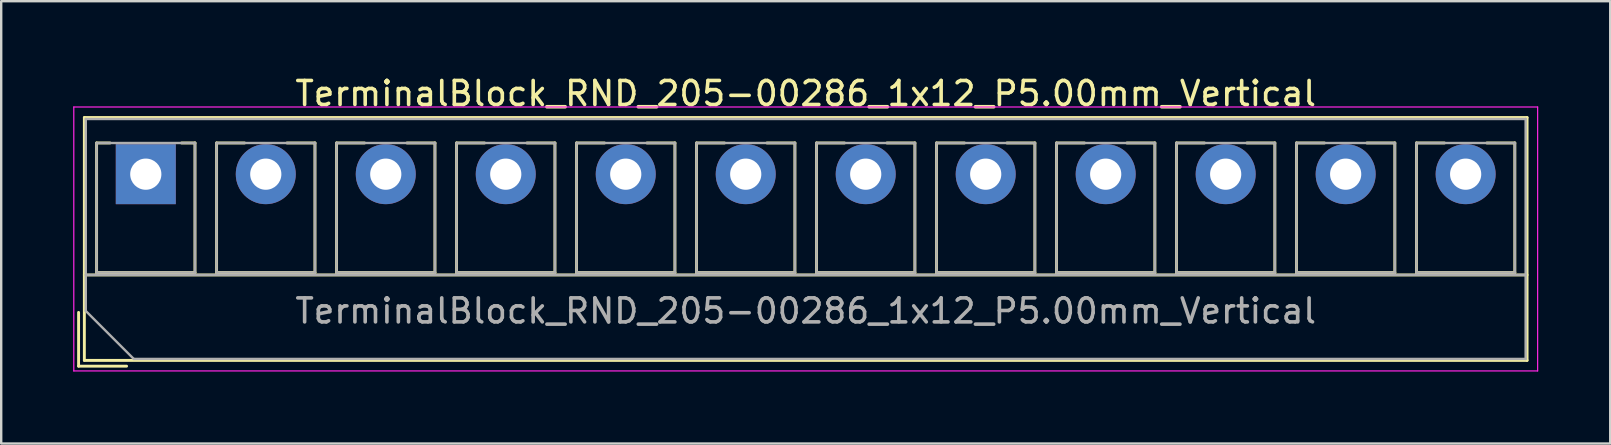
<source format=kicad_pcb>
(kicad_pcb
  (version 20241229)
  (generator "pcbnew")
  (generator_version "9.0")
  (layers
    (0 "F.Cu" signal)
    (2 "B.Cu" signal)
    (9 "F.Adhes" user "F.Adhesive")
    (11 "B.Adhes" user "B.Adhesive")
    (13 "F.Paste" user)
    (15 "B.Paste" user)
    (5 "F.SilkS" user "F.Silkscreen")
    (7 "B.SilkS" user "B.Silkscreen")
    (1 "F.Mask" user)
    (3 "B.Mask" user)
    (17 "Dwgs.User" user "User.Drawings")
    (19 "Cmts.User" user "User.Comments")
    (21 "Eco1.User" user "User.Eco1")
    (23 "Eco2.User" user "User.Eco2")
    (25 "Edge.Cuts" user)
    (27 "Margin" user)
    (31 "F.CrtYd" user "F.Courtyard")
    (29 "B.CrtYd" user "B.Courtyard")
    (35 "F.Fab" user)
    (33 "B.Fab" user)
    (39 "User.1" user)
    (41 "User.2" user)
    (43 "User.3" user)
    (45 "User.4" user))
  (footprint "TerminalBlock_RND_205-00286_1x12_P5.00mm_Vertical"
    (layer "F.Cu")
    (at 3.025 4.208)
    (property "Reference" "TerminalBlock_RND_205-00286_1x12_P5.00mm_Vertical" (at 27.5 -3.36 0) (layer "F.SilkS") (effects (font (size 1 1) (thickness 0.15))))
    (attr through_hole)
    (fp_line (start -2.8 5.76) (end -2.8 8) (stroke (width 0.12) (type solid)) (layer "F.SilkS"))
    (fp_line (start -2.8 8) (end -0.8 8) (stroke (width 0.12) (type solid)) (layer "F.SilkS"))
    (fp_line (start -2.56 -2.36) (end -2.56 7.76) (stroke (width 0.12) (type solid)) (layer "F.SilkS"))
    (fp_line (start -2.56 -2.36) (end 57.56 -2.36) (stroke (width 0.12) (type solid)) (layer "F.SilkS"))
    (fp_line (start -2.56 4.2) (end 57.56 4.2) (stroke (width 0.12) (type solid)) (layer "F.SilkS"))
    (fp_line (start -2.56 7.76) (end 57.56 7.76) (stroke (width 0.12) (type solid)) (layer "F.SilkS"))
    (fp_line (start -2.05 -1.3) (end -2.05 4.1) (stroke (width 0.12) (type solid)) (layer "F.SilkS"))
    (fp_line (start -2.05 -1.3) (end -1.49 -1.3) (stroke (width 0.12) (type solid)) (layer "F.SilkS"))
    (fp_line (start -2.05 4.1) (end 2.05 4.1) (stroke (width 0.12) (type solid)) (layer "F.SilkS"))
    (fp_line (start 1.49 -1.3) (end 2.05 -1.3) (stroke (width 0.12) (type solid)) (layer "F.SilkS"))
    (fp_line (start 2.05 -1.3) (end 2.05 4.1) (stroke (width 0.12) (type solid)) (layer "F.SilkS"))
    (fp_line (start 2.95 -1.3) (end 2.95 4.1) (stroke (width 0.12) (type solid)) (layer "F.SilkS"))
    (fp_line (start 2.95 -1.3) (end 4.117 -1.3) (stroke (width 0.12) (type solid)) (layer "F.SilkS"))
    (fp_line (start 2.95 4.1) (end 7.05 4.1) (stroke (width 0.12) (type solid)) (layer "F.SilkS"))
    (fp_line (start 5.884 -1.3) (end 7.05 -1.3) (stroke (width 0.12) (type solid)) (layer "F.SilkS"))
    (fp_line (start 7.05 -1.3) (end 7.05 4.1) (stroke (width 0.12) (type solid)) (layer "F.SilkS"))
    (fp_line (start 7.95 -1.3) (end 7.95 4.1) (stroke (width 0.12) (type solid)) (layer "F.SilkS"))
    (fp_line (start 7.95 -1.3) (end 9.117 -1.3) (stroke (width 0.12) (type solid)) (layer "F.SilkS"))
    (fp_line (start 7.95 4.1) (end 12.05 4.1) (stroke (width 0.12) (type solid)) (layer "F.SilkS"))
    (fp_line (start 10.884 -1.3) (end 12.05 -1.3) (stroke (width 0.12) (type solid)) (layer "F.SilkS"))
    (fp_line (start 12.05 -1.3) (end 12.05 4.1) (stroke (width 0.12) (type solid)) (layer "F.SilkS"))
    (fp_line (start 12.95 -1.3) (end 12.95 4.1) (stroke (width 0.12) (type solid)) (layer "F.SilkS"))
    (fp_line (start 12.95 -1.3) (end 14.117 -1.3) (stroke (width 0.12) (type solid)) (layer "F.SilkS"))
    (fp_line (start 12.95 4.1) (end 17.05 4.1) (stroke (width 0.12) (type solid)) (layer "F.SilkS"))
    (fp_line (start 15.884 -1.3) (end 17.05 -1.3) (stroke (width 0.12) (type solid)) (layer "F.SilkS"))
    (fp_line (start 17.05 -1.3) (end 17.05 4.1) (stroke (width 0.12) (type solid)) (layer "F.SilkS"))
    (fp_line (start 17.95 -1.3) (end 17.95 4.1) (stroke (width 0.12) (type solid)) (layer "F.SilkS"))
    (fp_line (start 17.95 -1.3) (end 19.117 -1.3) (stroke (width 0.12) (type solid)) (layer "F.SilkS"))
    (fp_line (start 17.95 4.1) (end 22.05 4.1) (stroke (width 0.12) (type solid)) (layer "F.SilkS"))
    (fp_line (start 20.884 -1.3) (end 22.05 -1.3) (stroke (width 0.12) (type solid)) (layer "F.SilkS"))
    (fp_line (start 22.05 -1.3) (end 22.05 4.1) (stroke (width 0.12) (type solid)) (layer "F.SilkS"))
    (fp_line (start 22.95 -1.3) (end 22.95 4.1) (stroke (width 0.12) (type solid)) (layer "F.SilkS"))
    (fp_line (start 22.95 -1.3) (end 24.117 -1.3) (stroke (width 0.12) (type solid)) (layer "F.SilkS"))
    (fp_line (start 22.95 4.1) (end 27.05 4.1) (stroke (width 0.12) (type solid)) (layer "F.SilkS"))
    (fp_line (start 25.884 -1.3) (end 27.05 -1.3) (stroke (width 0.12) (type solid)) (layer "F.SilkS"))
    (fp_line (start 27.05 -1.3) (end 27.05 4.1) (stroke (width 0.12) (type solid)) (layer "F.SilkS"))
    (fp_line (start 27.95 -1.3) (end 27.95 4.1) (stroke (width 0.12) (type solid)) (layer "F.SilkS"))
    (fp_line (start 27.95 -1.3) (end 29.117 -1.3) (stroke (width 0.12) (type solid)) (layer "F.SilkS"))
    (fp_line (start 27.95 4.1) (end 32.05 4.1) (stroke (width 0.12) (type solid)) (layer "F.SilkS"))
    (fp_line (start 30.884 -1.3) (end 32.05 -1.3) (stroke (width 0.12) (type solid)) (layer "F.SilkS"))
    (fp_line (start 32.05 -1.3) (end 32.05 4.1) (stroke (width 0.12) (type solid)) (layer "F.SilkS"))
    (fp_line (start 32.95 -1.3) (end 32.95 4.1) (stroke (width 0.12) (type solid)) (layer "F.SilkS"))
    (fp_line (start 32.95 -1.3) (end 34.117 -1.3) (stroke (width 0.12) (type solid)) (layer "F.SilkS"))
    (fp_line (start 32.95 4.1) (end 37.05 4.1) (stroke (width 0.12) (type solid)) (layer "F.SilkS"))
    (fp_line (start 35.884 -1.3) (end 37.05 -1.3) (stroke (width 0.12) (type solid)) (layer "F.SilkS"))
    (fp_line (start 37.05 -1.3) (end 37.05 4.1) (stroke (width 0.12) (type solid)) (layer "F.SilkS"))
    (fp_line (start 37.95 -1.3) (end 37.95 4.1) (stroke (width 0.12) (type solid)) (layer "F.SilkS"))
    (fp_line (start 37.95 -1.3) (end 39.117 -1.3) (stroke (width 0.12) (type solid)) (layer "F.SilkS"))
    (fp_line (start 37.95 4.1) (end 42.05 4.1) (stroke (width 0.12) (type solid)) (layer "F.SilkS"))
    (fp_line (start 40.884 -1.3) (end 42.05 -1.3) (stroke (width 0.12) (type solid)) (layer "F.SilkS"))
    (fp_line (start 42.05 -1.3) (end 42.05 4.1) (stroke (width 0.12) (type solid)) (layer "F.SilkS"))
    (fp_line (start 42.95 -1.3) (end 42.95 4.1) (stroke (width 0.12) (type solid)) (layer "F.SilkS"))
    (fp_line (start 42.95 -1.3) (end 44.117 -1.3) (stroke (width 0.12) (type solid)) (layer "F.SilkS"))
    (fp_line (start 42.95 4.1) (end 47.05 4.1) (stroke (width 0.12) (type solid)) (layer "F.SilkS"))
    (fp_line (start 45.884 -1.3) (end 47.05 -1.3) (stroke (width 0.12) (type solid)) (layer "F.SilkS"))
    (fp_line (start 47.05 -1.3) (end 47.05 4.1) (stroke (width 0.12) (type solid)) (layer "F.SilkS"))
    (fp_line (start 47.95 -1.3) (end 47.95 4.1) (stroke (width 0.12) (type solid)) (layer "F.SilkS"))
    (fp_line (start 47.95 -1.3) (end 49.117 -1.3) (stroke (width 0.12) (type solid)) (layer "F.SilkS"))
    (fp_line (start 47.95 4.1) (end 52.05 4.1) (stroke (width 0.12) (type solid)) (layer "F.SilkS"))
    (fp_line (start 50.884 -1.3) (end 52.05 -1.3) (stroke (width 0.12) (type solid)) (layer "F.SilkS"))
    (fp_line (start 52.05 -1.3) (end 52.05 4.1) (stroke (width 0.12) (type solid)) (layer "F.SilkS"))
    (fp_line (start 52.95 -1.3) (end 52.95 4.1) (stroke (width 0.12) (type solid)) (layer "F.SilkS"))
    (fp_line (start 52.95 -1.3) (end 54.117 -1.3) (stroke (width 0.12) (type solid)) (layer "F.SilkS"))
    (fp_line (start 52.95 4.1) (end 57.05 4.1) (stroke (width 0.12) (type solid)) (layer "F.SilkS"))
    (fp_line (start 55.884 -1.3) (end 57.05 -1.3) (stroke (width 0.12) (type solid)) (layer "F.SilkS"))
    (fp_line (start 57.05 -1.3) (end 57.05 4.1) (stroke (width 0.12) (type solid)) (layer "F.SilkS"))
    (fp_line (start 57.56 -2.36) (end 57.56 7.76) (stroke (width 0.12) (type solid)) (layer "F.SilkS"))
    (fp_line (start -3 -2.8) (end -3 8.2) (stroke (width 0.05) (type solid)) (layer "F.CrtYd"))
    (fp_line (start -3 8.2) (end 58 8.2) (stroke (width 0.05) (type solid)) (layer "F.CrtYd"))
    (fp_line (start 58 -2.8) (end -3 -2.8) (stroke (width 0.05) (type solid)) (layer "F.CrtYd"))
    (fp_line (start 58 8.2) (end 58 -2.8) (stroke (width 0.05) (type solid)) (layer "F.CrtYd"))
    (fp_line (start -2.5 -2.3) (end 57.5 -2.3) (stroke (width 0.1) (type solid)) (layer "F.Fab"))
    (fp_line (start -2.5 4.2) (end 57.5 4.2) (stroke (width 0.1) (type solid)) (layer "F.Fab"))
    (fp_line (start -2.5 5.7) (end -2.5 -2.3) (stroke (width 0.1) (type solid)) (layer "F.Fab"))
    (fp_line (start -2.05 -1.3) (end -2.05 4.1) (stroke (width 0.1) (type solid)) (layer "F.Fab"))
    (fp_line (start -2.05 4.1) (end 2.05 4.1) (stroke (width 0.1) (type solid)) (layer "F.Fab"))
    (fp_line (start -0.5 7.7) (end -2.5 5.7) (stroke (width 0.1) (type solid)) (layer "F.Fab"))
    (fp_line (start 2.05 -1.3) (end -2.05 -1.3) (stroke (width 0.1) (type solid)) (layer "F.Fab"))
    (fp_line (start 2.05 4.1) (end 2.05 -1.3) (stroke (width 0.1) (type solid)) (layer "F.Fab"))
    (fp_line (start 2.95 -1.3) (end 2.95 4.1) (stroke (width 0.1) (type solid)) (layer "F.Fab"))
    (fp_line (start 2.95 4.1) (end 7.05 4.1) (stroke (width 0.1) (type solid)) (layer "F.Fab"))
    (fp_line (start 7.05 -1.3) (end 2.95 -1.3) (stroke (width 0.1) (type solid)) (layer "F.Fab"))
    (fp_line (start 7.05 4.1) (end 7.05 -1.3) (stroke (width 0.1) (type solid)) (layer "F.Fab"))
    (fp_line (start 7.95 -1.3) (end 7.95 4.1) (stroke (width 0.1) (type solid)) (layer "F.Fab"))
    (fp_line (start 7.95 4.1) (end 12.05 4.1) (stroke (width 0.1) (type solid)) (layer "F.Fab"))
    (fp_line (start 12.05 -1.3) (end 7.95 -1.3) (stroke (width 0.1) (type solid)) (layer "F.Fab"))
    (fp_line (start 12.05 4.1) (end 12.05 -1.3) (stroke (width 0.1) (type solid)) (layer "F.Fab"))
    (fp_line (start 12.95 -1.3) (end 12.95 4.1) (stroke (width 0.1) (type solid)) (layer "F.Fab"))
    (fp_line (start 12.95 4.1) (end 17.05 4.1) (stroke (width 0.1) (type solid)) (layer "F.Fab"))
    (fp_line (start 17.05 -1.3) (end 12.95 -1.3) (stroke (width 0.1) (type solid)) (layer "F.Fab"))
    (fp_line (start 17.05 4.1) (end 17.05 -1.3) (stroke (width 0.1) (type solid)) (layer "F.Fab"))
    (fp_line (start 17.95 -1.3) (end 17.95 4.1) (stroke (width 0.1) (type solid)) (layer "F.Fab"))
    (fp_line (start 17.95 4.1) (end 22.05 4.1) (stroke (width 0.1) (type solid)) (layer "F.Fab"))
    (fp_line (start 22.05 -1.3) (end 17.95 -1.3) (stroke (width 0.1) (type solid)) (layer "F.Fab"))
    (fp_line (start 22.05 4.1) (end 22.05 -1.3) (stroke (width 0.1) (type solid)) (layer "F.Fab"))
    (fp_line (start 22.95 -1.3) (end 22.95 4.1) (stroke (width 0.1) (type solid)) (layer "F.Fab"))
    (fp_line (start 22.95 4.1) (end 27.05 4.1) (stroke (width 0.1) (type solid)) (layer "F.Fab"))
    (fp_line (start 27.05 -1.3) (end 22.95 -1.3) (stroke (width 0.1) (type solid)) (layer "F.Fab"))
    (fp_line (start 27.05 4.1) (end 27.05 -1.3) (stroke (width 0.1) (type solid)) (layer "F.Fab"))
    (fp_line (start 27.95 -1.3) (end 27.95 4.1) (stroke (width 0.1) (type solid)) (layer "F.Fab"))
    (fp_line (start 27.95 4.1) (end 32.05 4.1) (stroke (width 0.1) (type solid)) (layer "F.Fab"))
    (fp_line (start 32.05 -1.3) (end 27.95 -1.3) (stroke (width 0.1) (type solid)) (layer "F.Fab"))
    (fp_line (start 32.05 4.1) (end 32.05 -1.3) (stroke (width 0.1) (type solid)) (layer "F.Fab"))
    (fp_line (start 32.95 -1.3) (end 32.95 4.1) (stroke (width 0.1) (type solid)) (layer "F.Fab"))
    (fp_line (start 32.95 4.1) (end 37.05 4.1) (stroke (width 0.1) (type solid)) (layer "F.Fab"))
    (fp_line (start 37.05 -1.3) (end 32.95 -1.3) (stroke (width 0.1) (type solid)) (layer "F.Fab"))
    (fp_line (start 37.05 4.1) (end 37.05 -1.3) (stroke (width 0.1) (type solid)) (layer "F.Fab"))
    (fp_line (start 37.95 -1.3) (end 37.95 4.1) (stroke (width 0.1) (type solid)) (layer "F.Fab"))
    (fp_line (start 37.95 4.1) (end 42.05 4.1) (stroke (width 0.1) (type solid)) (layer "F.Fab"))
    (fp_line (start 42.05 -1.3) (end 37.95 -1.3) (stroke (width 0.1) (type solid)) (layer "F.Fab"))
    (fp_line (start 42.05 4.1) (end 42.05 -1.3) (stroke (width 0.1) (type solid)) (layer "F.Fab"))
    (fp_line (start 42.95 -1.3) (end 42.95 4.1) (stroke (width 0.1) (type solid)) (layer "F.Fab"))
    (fp_line (start 42.95 4.1) (end 47.05 4.1) (stroke (width 0.1) (type solid)) (layer "F.Fab"))
    (fp_line (start 47.05 -1.3) (end 42.95 -1.3) (stroke (width 0.1) (type solid)) (layer "F.Fab"))
    (fp_line (start 47.05 4.1) (end 47.05 -1.3) (stroke (width 0.1) (type solid)) (layer "F.Fab"))
    (fp_line (start 47.95 -1.3) (end 47.95 4.1) (stroke (width 0.1) (type solid)) (layer "F.Fab"))
    (fp_line (start 47.95 4.1) (end 52.05 4.1) (stroke (width 0.1) (type solid)) (layer "F.Fab"))
    (fp_line (start 52.05 -1.3) (end 47.95 -1.3) (stroke (width 0.1) (type solid)) (layer "F.Fab"))
    (fp_line (start 52.05 4.1) (end 52.05 -1.3) (stroke (width 0.1) (type solid)) (layer "F.Fab"))
    (fp_line (start 52.95 -1.3) (end 52.95 4.1) (stroke (width 0.1) (type solid)) (layer "F.Fab"))
    (fp_line (start 52.95 4.1) (end 57.05 4.1) (stroke (width 0.1) (type solid)) (layer "F.Fab"))
    (fp_line (start 57.05 -1.3) (end 52.95 -1.3) (stroke (width 0.1) (type solid)) (layer "F.Fab"))
    (fp_line (start 57.05 4.1) (end 57.05 -1.3) (stroke (width 0.1) (type solid)) (layer "F.Fab"))
    (fp_line (start 57.5 -2.3) (end 57.5 7.7) (stroke (width 0.1) (type solid)) (layer "F.Fab"))
    (fp_line (start 57.5 7.7) (end -0.5 7.7) (stroke (width 0.1) (type solid)) (layer "F.Fab"))
    (fp_text user "${REFERENCE}" (at 27.5 5.7 0) (layer "F.Fab") (effects (font (size 1 1) (thickness 0.15))))
    (pad "1" thru_hole rect (at 0 0) (size 2.5 2.5) (drill 1.3) (layers "*.Cu" "*.Mask"))
    (pad "2" thru_hole circle (at 5 0) (size 2.5 2.5) (drill 1.3) (layers "*.Cu" "*.Mask"))
    (pad "3" thru_hole circle (at 10 0) (size 2.5 2.5) (drill 1.3) (layers "*.Cu" "*.Mask"))
    (pad "4" thru_hole circle (at 15 0) (size 2.5 2.5) (drill 1.3) (layers "*.Cu" "*.Mask"))
    (pad "5" thru_hole circle (at 20 0) (size 2.5 2.5) (drill 1.3) (layers "*.Cu" "*.Mask"))
    (pad "6" thru_hole circle (at 25 0) (size 2.5 2.5) (drill 1.3) (layers "*.Cu" "*.Mask"))
    (pad "7" thru_hole circle (at 30 0) (size 2.5 2.5) (drill 1.3) (layers "*.Cu" "*.Mask"))
    (pad "8" thru_hole circle (at 35 0) (size 2.5 2.5) (drill 1.3) (layers "*.Cu" "*.Mask"))
    (pad "9" thru_hole circle (at 40 0) (size 2.5 2.5) (drill 1.3) (layers "*.Cu" "*.Mask"))
    (pad "10" thru_hole circle (at 45 0) (size 2.5 2.5) (drill 1.3) (layers "*.Cu" "*.Mask"))
    (pad "11" thru_hole circle (at 50 0) (size 2.5 2.5) (drill 1.3) (layers "*.Cu" "*.Mask"))
    (pad "12" thru_hole circle (at 55 0) (size 2.5 2.5) (drill 1.3) (layers "*.Cu" "*.Mask")))
  (gr_rect
    (start -3 -3)
    (end 64.05 15.433)
    (stroke (width 0.1) (type default))
    (fill no)
    (layer "Edge.Cuts")))
</source>
